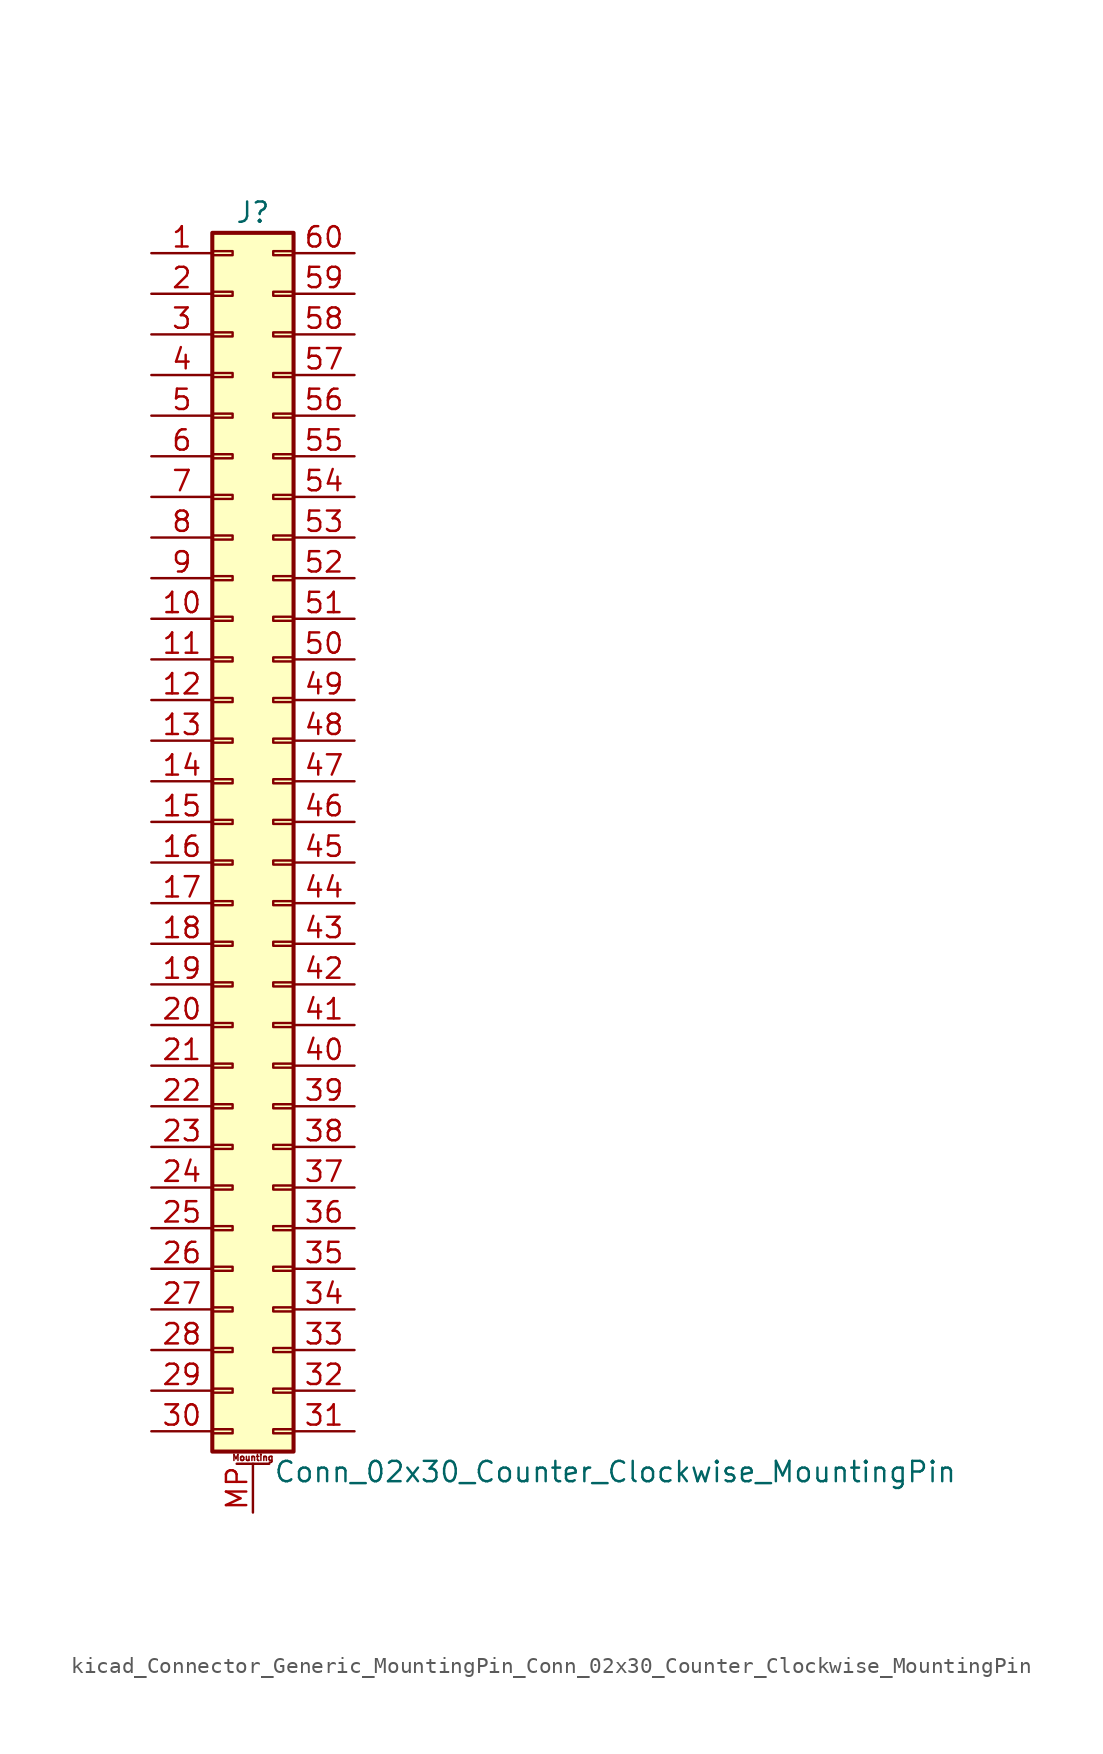
<source format=kicad_sym>
(kicad_symbol_lib
  (version 20220914)
  (generator kicad_symbol_editor)
  (symbol "kicad_Connector_Generic_MountingPin_Conn_02x30_Counter_Clockwise_MountingPin"
    (pin_names
      (offset 1.016) hide)
    (property "Reference" "J"
      (at 1.27 38.1 0)
      (effects (font (size 1.27 1.27))))
    (property "Value" "Conn_02x30_Counter_Clockwise_MountingPin"
      (at 2.54 -40.64 0)
      (effects (font (size 1.27 1.27)) (justify left)))
    (symbol "kicad_Connector_Generic_MountingPin_Conn_02x30_Counter_Clockwise_MountingPin_1_1"
      (rectangle (start -1.27 -37.973) (end 0 -38.227) (stroke (width 0.152) (type default)) (fill (type none)))
      (rectangle (start -1.27 -35.433) (end 0 -35.687) (stroke (width 0.152) (type default)) (fill (type none)))
      (rectangle (start -1.27 -32.893) (end 0 -33.147) (stroke (width 0.152) (type default)) (fill (type none)))
      (rectangle (start -1.27 -30.353) (end 0 -30.607) (stroke (width 0.152) (type default)) (fill (type none)))
      (rectangle (start -1.27 -27.813) (end 0 -28.067) (stroke (width 0.152) (type default)) (fill (type none)))
      (rectangle (start -1.27 -25.273) (end 0 -25.527) (stroke (width 0.152) (type default)) (fill (type none)))
      (rectangle (start -1.27 -22.733) (end 0 -22.987) (stroke (width 0.152) (type default)) (fill (type none)))
      (rectangle (start -1.27 -20.193) (end 0 -20.447) (stroke (width 0.152) (type default)) (fill (type none)))
      (rectangle (start -1.27 -17.653) (end 0 -17.907) (stroke (width 0.152) (type default)) (fill (type none)))
      (rectangle (start -1.27 -15.113) (end 0 -15.367) (stroke (width 0.152) (type default)) (fill (type none)))
      (rectangle (start -1.27 -12.573) (end 0 -12.827) (stroke (width 0.152) (type default)) (fill (type none)))
      (rectangle (start -1.27 -10.033) (end 0 -10.287) (stroke (width 0.152) (type default)) (fill (type none)))
      (rectangle (start -1.27 -7.493) (end 0 -7.747) (stroke (width 0.152) (type default)) (fill (type none)))
      (rectangle (start -1.27 -4.953) (end 0 -5.207) (stroke (width 0.152) (type default)) (fill (type none)))
      (rectangle (start -1.27 -2.413) (end 0 -2.667) (stroke (width 0.152) (type default)) (fill (type none)))
      (rectangle (start -1.27 0.127) (end 0 -0.127) (stroke (width 0.152) (type default)) (fill (type none)))
      (rectangle (start -1.27 2.667) (end 0 2.413) (stroke (width 0.152) (type default)) (fill (type none)))
      (rectangle (start -1.27 5.207) (end 0 4.953) (stroke (width 0.152) (type default)) (fill (type none)))
      (rectangle (start -1.27 7.747) (end 0 7.493) (stroke (width 0.152) (type default)) (fill (type none)))
      (rectangle (start -1.27 10.287) (end 0 10.033) (stroke (width 0.152) (type default)) (fill (type none)))
      (rectangle (start -1.27 12.827) (end 0 12.573) (stroke (width 0.152) (type default)) (fill (type none)))
      (rectangle (start -1.27 15.367) (end 0 15.113) (stroke (width 0.152) (type default)) (fill (type none)))
      (rectangle (start -1.27 17.907) (end 0 17.653) (stroke (width 0.152) (type default)) (fill (type none)))
      (rectangle (start -1.27 20.447) (end 0 20.193) (stroke (width 0.152) (type default)) (fill (type none)))
      (rectangle (start -1.27 22.987) (end 0 22.733) (stroke (width 0.152) (type default)) (fill (type none)))
      (rectangle (start -1.27 25.527) (end 0 25.273) (stroke (width 0.152) (type default)) (fill (type none)))
      (rectangle (start -1.27 28.067) (end 0 27.813) (stroke (width 0.152) (type default)) (fill (type none)))
      (rectangle (start -1.27 30.607) (end 0 30.353) (stroke (width 0.152) (type default)) (fill (type none)))
      (rectangle (start -1.27 33.147) (end 0 32.893) (stroke (width 0.152) (type default)) (fill (type none)))
      (rectangle (start -1.27 35.687) (end 0 35.433) (stroke (width 0.152) (type default)) (fill (type none)))
      (rectangle (start -1.27 36.83) (end 3.81 -39.37) (stroke (width 0.254) (type default)) (fill (type background)))
      (polyline (pts (xy 0.254 -40.132) (xy 2.286 -40.132)) (stroke (width 0.152) (type default)) (fill (type none)))
      (rectangle (start 3.81 -37.973) (end 2.54 -38.227) (stroke (width 0.152) (type default)) (fill (type none)))
      (rectangle (start 3.81 -35.433) (end 2.54 -35.687) (stroke (width 0.152) (type default)) (fill (type none)))
      (rectangle (start 3.81 -32.893) (end 2.54 -33.147) (stroke (width 0.152) (type default)) (fill (type none)))
      (rectangle (start 3.81 -30.353) (end 2.54 -30.607) (stroke (width 0.152) (type default)) (fill (type none)))
      (rectangle (start 3.81 -27.813) (end 2.54 -28.067) (stroke (width 0.152) (type default)) (fill (type none)))
      (rectangle (start 3.81 -25.273) (end 2.54 -25.527) (stroke (width 0.152) (type default)) (fill (type none)))
      (rectangle (start 3.81 -22.733) (end 2.54 -22.987) (stroke (width 0.152) (type default)) (fill (type none)))
      (rectangle (start 3.81 -20.193) (end 2.54 -20.447) (stroke (width 0.152) (type default)) (fill (type none)))
      (rectangle (start 3.81 -17.653) (end 2.54 -17.907) (stroke (width 0.152) (type default)) (fill (type none)))
      (rectangle (start 3.81 -15.113) (end 2.54 -15.367) (stroke (width 0.152) (type default)) (fill (type none)))
      (rectangle (start 3.81 -12.573) (end 2.54 -12.827) (stroke (width 0.152) (type default)) (fill (type none)))
      (rectangle (start 3.81 -10.033) (end 2.54 -10.287) (stroke (width 0.152) (type default)) (fill (type none)))
      (rectangle (start 3.81 -7.493) (end 2.54 -7.747) (stroke (width 0.152) (type default)) (fill (type none)))
      (rectangle (start 3.81 -4.953) (end 2.54 -5.207) (stroke (width 0.152) (type default)) (fill (type none)))
      (rectangle (start 3.81 -2.413) (end 2.54 -2.667) (stroke (width 0.152) (type default)) (fill (type none)))
      (rectangle (start 3.81 0.127) (end 2.54 -0.127) (stroke (width 0.152) (type default)) (fill (type none)))
      (rectangle (start 3.81 2.667) (end 2.54 2.413) (stroke (width 0.152) (type default)) (fill (type none)))
      (rectangle (start 3.81 5.207) (end 2.54 4.953) (stroke (width 0.152) (type default)) (fill (type none)))
      (rectangle (start 3.81 7.747) (end 2.54 7.493) (stroke (width 0.152) (type default)) (fill (type none)))
      (rectangle (start 3.81 10.287) (end 2.54 10.033) (stroke (width 0.152) (type default)) (fill (type none)))
      (rectangle (start 3.81 12.827) (end 2.54 12.573) (stroke (width 0.152) (type default)) (fill (type none)))
      (rectangle (start 3.81 15.367) (end 2.54 15.113) (stroke (width 0.152) (type default)) (fill (type none)))
      (rectangle (start 3.81 17.907) (end 2.54 17.653) (stroke (width 0.152) (type default)) (fill (type none)))
      (rectangle (start 3.81 20.447) (end 2.54 20.193) (stroke (width 0.152) (type default)) (fill (type none)))
      (rectangle (start 3.81 22.987) (end 2.54 22.733) (stroke (width 0.152) (type default)) (fill (type none)))
      (rectangle (start 3.81 25.527) (end 2.54 25.273) (stroke (width 0.152) (type default)) (fill (type none)))
      (rectangle (start 3.81 28.067) (end 2.54 27.813) (stroke (width 0.152) (type default)) (fill (type none)))
      (rectangle (start 3.81 30.607) (end 2.54 30.353) (stroke (width 0.152) (type default)) (fill (type none)))
      (rectangle (start 3.81 33.147) (end 2.54 32.893) (stroke (width 0.152) (type default)) (fill (type none)))
      (rectangle (start 3.81 35.687) (end 2.54 35.433) (stroke (width 0.152) (type default)) (fill (type none)))
      (text "Mounting" (at 1.27 -39.751 0) (effects (font (size 0.381 0.381))))
      (pin passive line (at -5.08 35.56 0) (length 3.81) (name "Pin_1" (effects (font (size 1.27 1.27)))) (number "1" (effects (font (size 1.27 1.27)))))
      (pin passive line (at -5.08 12.7 0) (length 3.81) (name "Pin_10" (effects (font (size 1.27 1.27)))) (number "10" (effects (font (size 1.27 1.27)))))
      (pin passive line (at -5.08 10.16 0) (length 3.81) (name "Pin_11" (effects (font (size 1.27 1.27)))) (number "11" (effects (font (size 1.27 1.27)))))
      (pin passive line (at -5.08 7.62 0) (length 3.81) (name "Pin_12" (effects (font (size 1.27 1.27)))) (number "12" (effects (font (size 1.27 1.27)))))
      (pin passive line (at -5.08 5.08 0) (length 3.81) (name "Pin_13" (effects (font (size 1.27 1.27)))) (number "13" (effects (font (size 1.27 1.27)))))
      (pin passive line (at -5.08 2.54 0) (length 3.81) (name "Pin_14" (effects (font (size 1.27 1.27)))) (number "14" (effects (font (size 1.27 1.27)))))
      (pin passive line (at -5.08 0 0) (length 3.81) (name "Pin_15" (effects (font (size 1.27 1.27)))) (number "15" (effects (font (size 1.27 1.27)))))
      (pin passive line (at -5.08 -2.54 0) (length 3.81) (name "Pin_16" (effects (font (size 1.27 1.27)))) (number "16" (effects (font (size 1.27 1.27)))))
      (pin passive line (at -5.08 -5.08 0) (length 3.81) (name "Pin_17" (effects (font (size 1.27 1.27)))) (number "17" (effects (font (size 1.27 1.27)))))
      (pin passive line (at -5.08 -7.62 0) (length 3.81) (name "Pin_18" (effects (font (size 1.27 1.27)))) (number "18" (effects (font (size 1.27 1.27)))))
      (pin passive line (at -5.08 -10.16 0) (length 3.81) (name "Pin_19" (effects (font (size 1.27 1.27)))) (number "19" (effects (font (size 1.27 1.27)))))
      (pin passive line (at -5.08 33.02 0) (length 3.81) (name "Pin_2" (effects (font (size 1.27 1.27)))) (number "2" (effects (font (size 1.27 1.27)))))
      (pin passive line (at -5.08 -12.7 0) (length 3.81) (name "Pin_20" (effects (font (size 1.27 1.27)))) (number "20" (effects (font (size 1.27 1.27)))))
      (pin passive line (at -5.08 -15.24 0) (length 3.81) (name "Pin_21" (effects (font (size 1.27 1.27)))) (number "21" (effects (font (size 1.27 1.27)))))
      (pin passive line (at -5.08 -17.78 0) (length 3.81) (name "Pin_22" (effects (font (size 1.27 1.27)))) (number "22" (effects (font (size 1.27 1.27)))))
      (pin passive line (at -5.08 -20.32 0) (length 3.81) (name "Pin_23" (effects (font (size 1.27 1.27)))) (number "23" (effects (font (size 1.27 1.27)))))
      (pin passive line (at -5.08 -22.86 0) (length 3.81) (name "Pin_24" (effects (font (size 1.27 1.27)))) (number "24" (effects (font (size 1.27 1.27)))))
      (pin passive line (at -5.08 -25.4 0) (length 3.81) (name "Pin_25" (effects (font (size 1.27 1.27)))) (number "25" (effects (font (size 1.27 1.27)))))
      (pin passive line (at -5.08 -27.94 0) (length 3.81) (name "Pin_26" (effects (font (size 1.27 1.27)))) (number "26" (effects (font (size 1.27 1.27)))))
      (pin passive line (at -5.08 -30.48 0) (length 3.81) (name "Pin_27" (effects (font (size 1.27 1.27)))) (number "27" (effects (font (size 1.27 1.27)))))
      (pin passive line (at -5.08 -33.02 0) (length 3.81) (name "Pin_28" (effects (font (size 1.27 1.27)))) (number "28" (effects (font (size 1.27 1.27)))))
      (pin passive line (at -5.08 -35.56 0) (length 3.81) (name "Pin_29" (effects (font (size 1.27 1.27)))) (number "29" (effects (font (size 1.27 1.27)))))
      (pin passive line (at -5.08 30.48 0) (length 3.81) (name "Pin_3" (effects (font (size 1.27 1.27)))) (number "3" (effects (font (size 1.27 1.27)))))
      (pin passive line (at -5.08 -38.1 0) (length 3.81) (name "Pin_30" (effects (font (size 1.27 1.27)))) (number "30" (effects (font (size 1.27 1.27)))))
      (pin passive line (at 7.62 -38.1 180) (length 3.81) (name "Pin_31" (effects (font (size 1.27 1.27)))) (number "31" (effects (font (size 1.27 1.27)))))
      (pin passive line (at 7.62 -35.56 180) (length 3.81) (name "Pin_32" (effects (font (size 1.27 1.27)))) (number "32" (effects (font (size 1.27 1.27)))))
      (pin passive line (at 7.62 -33.02 180) (length 3.81) (name "Pin_33" (effects (font (size 1.27 1.27)))) (number "33" (effects (font (size 1.27 1.27)))))
      (pin passive line (at 7.62 -30.48 180) (length 3.81) (name "Pin_34" (effects (font (size 1.27 1.27)))) (number "34" (effects (font (size 1.27 1.27)))))
      (pin passive line (at 7.62 -27.94 180) (length 3.81) (name "Pin_35" (effects (font (size 1.27 1.27)))) (number "35" (effects (font (size 1.27 1.27)))))
      (pin passive line (at 7.62 -25.4 180) (length 3.81) (name "Pin_36" (effects (font (size 1.27 1.27)))) (number "36" (effects (font (size 1.27 1.27)))))
      (pin passive line (at 7.62 -22.86 180) (length 3.81) (name "Pin_37" (effects (font (size 1.27 1.27)))) (number "37" (effects (font (size 1.27 1.27)))))
      (pin passive line (at 7.62 -20.32 180) (length 3.81) (name "Pin_38" (effects (font (size 1.27 1.27)))) (number "38" (effects (font (size 1.27 1.27)))))
      (pin passive line (at 7.62 -17.78 180) (length 3.81) (name "Pin_39" (effects (font (size 1.27 1.27)))) (number "39" (effects (font (size 1.27 1.27)))))
      (pin passive line (at -5.08 27.94 0) (length 3.81) (name "Pin_4" (effects (font (size 1.27 1.27)))) (number "4" (effects (font (size 1.27 1.27)))))
      (pin passive line (at 7.62 -15.24 180) (length 3.81) (name "Pin_40" (effects (font (size 1.27 1.27)))) (number "40" (effects (font (size 1.27 1.27)))))
      (pin passive line (at 7.62 -12.7 180) (length 3.81) (name "Pin_41" (effects (font (size 1.27 1.27)))) (number "41" (effects (font (size 1.27 1.27)))))
      (pin passive line (at 7.62 -10.16 180) (length 3.81) (name "Pin_42" (effects (font (size 1.27 1.27)))) (number "42" (effects (font (size 1.27 1.27)))))
      (pin passive line (at 7.62 -7.62 180) (length 3.81) (name "Pin_43" (effects (font (size 1.27 1.27)))) (number "43" (effects (font (size 1.27 1.27)))))
      (pin passive line (at 7.62 -5.08 180) (length 3.81) (name "Pin_44" (effects (font (size 1.27 1.27)))) (number "44" (effects (font (size 1.27 1.27)))))
      (pin passive line (at 7.62 -2.54 180) (length 3.81) (name "Pin_45" (effects (font (size 1.27 1.27)))) (number "45" (effects (font (size 1.27 1.27)))))
      (pin passive line (at 7.62 0 180) (length 3.81) (name "Pin_46" (effects (font (size 1.27 1.27)))) (number "46" (effects (font (size 1.27 1.27)))))
      (pin passive line (at 7.62 2.54 180) (length 3.81) (name "Pin_47" (effects (font (size 1.27 1.27)))) (number "47" (effects (font (size 1.27 1.27)))))
      (pin passive line (at 7.62 5.08 180) (length 3.81) (name "Pin_48" (effects (font (size 1.27 1.27)))) (number "48" (effects (font (size 1.27 1.27)))))
      (pin passive line (at 7.62 7.62 180) (length 3.81) (name "Pin_49" (effects (font (size 1.27 1.27)))) (number "49" (effects (font (size 1.27 1.27)))))
      (pin passive line (at -5.08 25.4 0) (length 3.81) (name "Pin_5" (effects (font (size 1.27 1.27)))) (number "5" (effects (font (size 1.27 1.27)))))
      (pin passive line (at 7.62 10.16 180) (length 3.81) (name "Pin_50" (effects (font (size 1.27 1.27)))) (number "50" (effects (font (size 1.27 1.27)))))
      (pin passive line (at 7.62 12.7 180) (length 3.81) (name "Pin_51" (effects (font (size 1.27 1.27)))) (number "51" (effects (font (size 1.27 1.27)))))
      (pin passive line (at 7.62 15.24 180) (length 3.81) (name "Pin_52" (effects (font (size 1.27 1.27)))) (number "52" (effects (font (size 1.27 1.27)))))
      (pin passive line (at 7.62 17.78 180) (length 3.81) (name "Pin_53" (effects (font (size 1.27 1.27)))) (number "53" (effects (font (size 1.27 1.27)))))
      (pin passive line (at 7.62 20.32 180) (length 3.81) (name "Pin_54" (effects (font (size 1.27 1.27)))) (number "54" (effects (font (size 1.27 1.27)))))
      (pin passive line (at 7.62 22.86 180) (length 3.81) (name "Pin_55" (effects (font (size 1.27 1.27)))) (number "55" (effects (font (size 1.27 1.27)))))
      (pin passive line (at 7.62 25.4 180) (length 3.81) (name "Pin_56" (effects (font (size 1.27 1.27)))) (number "56" (effects (font (size 1.27 1.27)))))
      (pin passive line (at 7.62 27.94 180) (length 3.81) (name "Pin_57" (effects (font (size 1.27 1.27)))) (number "57" (effects (font (size 1.27 1.27)))))
      (pin passive line (at 7.62 30.48 180) (length 3.81) (name "Pin_58" (effects (font (size 1.27 1.27)))) (number "58" (effects (font (size 1.27 1.27)))))
      (pin passive line (at 7.62 33.02 180) (length 3.81) (name "Pin_59" (effects (font (size 1.27 1.27)))) (number "59" (effects (font (size 1.27 1.27)))))
      (pin passive line (at -5.08 22.86 0) (length 3.81) (name "Pin_6" (effects (font (size 1.27 1.27)))) (number "6" (effects (font (size 1.27 1.27)))))
      (pin passive line (at 7.62 35.56 180) (length 3.81) (name "Pin_60" (effects (font (size 1.27 1.27)))) (number "60" (effects (font (size 1.27 1.27)))))
      (pin passive line (at -5.08 20.32 0) (length 3.81) (name "Pin_7" (effects (font (size 1.27 1.27)))) (number "7" (effects (font (size 1.27 1.27)))))
      (pin passive line (at -5.08 17.78 0) (length 3.81) (name "Pin_8" (effects (font (size 1.27 1.27)))) (number "8" (effects (font (size 1.27 1.27)))))
      (pin passive line (at -5.08 15.24 0) (length 3.81) (name "Pin_9" (effects (font (size 1.27 1.27)))) (number "9" (effects (font (size 1.27 1.27)))))
      (pin passive line (at 1.27 -43.18 90) (length 3.048) (name "MountPin" (effects (font (size 1.27 1.27)))) (number "MP" (effects (font (size 1.27 1.27))))))))
</source>
